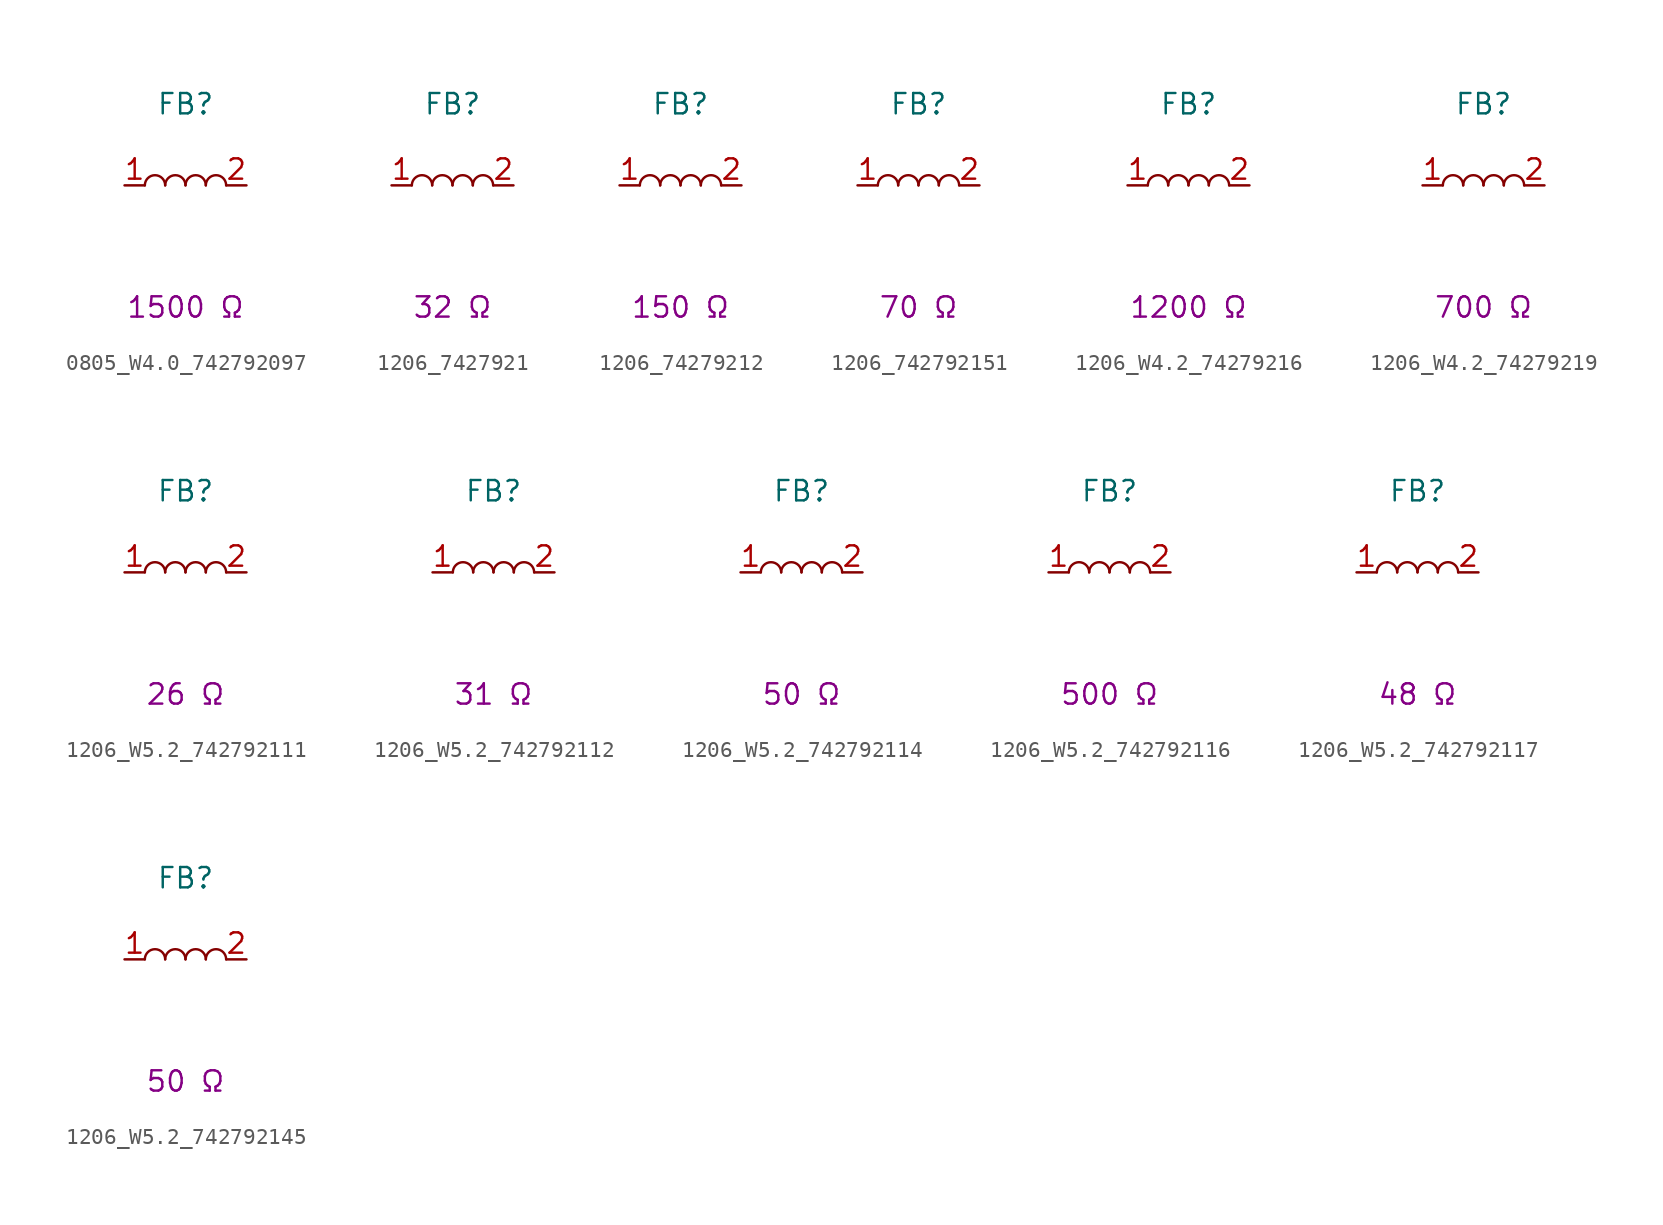
<source format=kicad_sym>
(kicad_symbol_lib
  (version 20220914)
  (generator kicad_symbol_editor)
  (symbol "0805_W4.0_742792097"
    (pin_names hide)
    (property "Reference" "FB"
      (at 0 5.08 0)
      (effects (font (size 1.27 1.27))))
    (property "Critical Parameter" "1500 Ω"
      (at 0 -7.62 0)
      (effects (font (size 1.27 1.27))))
    (symbol "0805_W4.0_742792097_0_1"
      (arc (start -1.27 0) (mid -1.905 0.6323) (end -2.54 0) (stroke (width 0) (type default)) (fill (type none)))
      (arc (start 0 0) (mid -0.635 0.6323) (end -1.27 0) (stroke (width 0) (type default)) (fill (type none)))
      (arc (start 1.27 0) (mid 0.635 0.6323) (end 0 0) (stroke (width 0) (type default)) (fill (type none)))
      (arc (start 2.54 0) (mid 1.905 0.6323) (end 1.27 0) (stroke (width 0) (type default)) (fill (type none))))
    (symbol "0805_W4.0_742792097_1_1"
      (pin passive line (at -3.81 0 0) (length 1.27) (name "1" (effects (font (size 1.27 1.27)))) (number "1" (effects (font (size 1.27 1.27)))))
      (pin passive line (at 3.81 0 180) (length 1.27) (name "2" (effects (font (size 1.27 1.27)))) (number "2" (effects (font (size 1.27 1.27)))))))
  (symbol "1206_7427921"
    (pin_names hide)
    (property "Reference" "FB"
      (at 0 5.08 0)
      (effects (font (size 1.27 1.27))))
    (property "Critical Parameter" "32 Ω"
      (at 0 -7.62 0)
      (effects (font (size 1.27 1.27))))
    (symbol "1206_7427921_0_1"
      (arc (start -1.27 0) (mid -1.905 0.6323) (end -2.54 0) (stroke (width 0) (type default)) (fill (type none)))
      (arc (start 0 0) (mid -0.635 0.6323) (end -1.27 0) (stroke (width 0) (type default)) (fill (type none)))
      (arc (start 1.27 0) (mid 0.635 0.6323) (end 0 0) (stroke (width 0) (type default)) (fill (type none)))
      (arc (start 2.54 0) (mid 1.905 0.6323) (end 1.27 0) (stroke (width 0) (type default)) (fill (type none))))
    (symbol "1206_7427921_1_1"
      (pin passive line (at -3.81 0 0) (length 1.27) (name "1" (effects (font (size 1.27 1.27)))) (number "1" (effects (font (size 1.27 1.27)))))
      (pin passive line (at 3.81 0 180) (length 1.27) (name "2" (effects (font (size 1.27 1.27)))) (number "2" (effects (font (size 1.27 1.27)))))))
  (symbol "1206_74279212"
    (pin_names hide)
    (property "Reference" "FB"
      (at 0 5.08 0)
      (effects (font (size 1.27 1.27))))
    (property "Critical Parameter" "150 Ω"
      (at 0 -7.62 0)
      (effects (font (size 1.27 1.27))))
    (symbol "1206_74279212_0_1"
      (arc (start -1.27 0) (mid -1.905 0.6323) (end -2.54 0) (stroke (width 0) (type default)) (fill (type none)))
      (arc (start 0 0) (mid -0.635 0.6323) (end -1.27 0) (stroke (width 0) (type default)) (fill (type none)))
      (arc (start 1.27 0) (mid 0.635 0.6323) (end 0 0) (stroke (width 0) (type default)) (fill (type none)))
      (arc (start 2.54 0) (mid 1.905 0.6323) (end 1.27 0) (stroke (width 0) (type default)) (fill (type none))))
    (symbol "1206_74279212_1_1"
      (pin passive line (at -3.81 0 0) (length 1.27) (name "1" (effects (font (size 1.27 1.27)))) (number "1" (effects (font (size 1.27 1.27)))))
      (pin passive line (at 3.81 0 180) (length 1.27) (name "2" (effects (font (size 1.27 1.27)))) (number "2" (effects (font (size 1.27 1.27)))))))
  (symbol "1206_742792151"
    (pin_names hide)
    (property "Reference" "FB"
      (at 0 5.08 0)
      (effects (font (size 1.27 1.27))))
    (property "Critical Parameter" "70 Ω"
      (at 0 -7.62 0)
      (effects (font (size 1.27 1.27))))
    (symbol "1206_742792151_0_1"
      (arc (start -1.27 0) (mid -1.905 0.6323) (end -2.54 0) (stroke (width 0) (type default)) (fill (type none)))
      (arc (start 0 0) (mid -0.635 0.6323) (end -1.27 0) (stroke (width 0) (type default)) (fill (type none)))
      (arc (start 1.27 0) (mid 0.635 0.6323) (end 0 0) (stroke (width 0) (type default)) (fill (type none)))
      (arc (start 2.54 0) (mid 1.905 0.6323) (end 1.27 0) (stroke (width 0) (type default)) (fill (type none))))
    (symbol "1206_742792151_1_1"
      (pin passive line (at -3.81 0 0) (length 1.27) (name "1" (effects (font (size 1.27 1.27)))) (number "1" (effects (font (size 1.27 1.27)))))
      (pin passive line (at 3.81 0 180) (length 1.27) (name "2" (effects (font (size 1.27 1.27)))) (number "2" (effects (font (size 1.27 1.27)))))))
  (symbol "1206_W4.2_74279216"
    (pin_names hide)
    (property "Reference" "FB"
      (at 0 5.08 0)
      (effects (font (size 1.27 1.27))))
    (property "Critical Parameter" "1200 Ω"
      (at 0 -7.62 0)
      (effects (font (size 1.27 1.27))))
    (symbol "1206_W4.2_74279216_0_1"
      (arc (start -1.27 0) (mid -1.905 0.6323) (end -2.54 0) (stroke (width 0) (type default)) (fill (type none)))
      (arc (start 0 0) (mid -0.635 0.6323) (end -1.27 0) (stroke (width 0) (type default)) (fill (type none)))
      (arc (start 1.27 0) (mid 0.635 0.6323) (end 0 0) (stroke (width 0) (type default)) (fill (type none)))
      (arc (start 2.54 0) (mid 1.905 0.6323) (end 1.27 0) (stroke (width 0) (type default)) (fill (type none))))
    (symbol "1206_W4.2_74279216_1_1"
      (pin passive line (at -3.81 0 0) (length 1.27) (name "1" (effects (font (size 1.27 1.27)))) (number "1" (effects (font (size 1.27 1.27)))))
      (pin passive line (at 3.81 0 180) (length 1.27) (name "2" (effects (font (size 1.27 1.27)))) (number "2" (effects (font (size 1.27 1.27)))))))
  (symbol "1206_W4.2_74279219"
    (pin_names hide)
    (property "Reference" "FB"
      (at 0 5.08 0)
      (effects (font (size 1.27 1.27))))
    (property "Critical Parameter" "700 Ω"
      (at 0 -7.62 0)
      (effects (font (size 1.27 1.27))))
    (symbol "1206_W4.2_74279219_0_1"
      (arc (start -1.27 0) (mid -1.905 0.6323) (end -2.54 0) (stroke (width 0) (type default)) (fill (type none)))
      (arc (start 0 0) (mid -0.635 0.6323) (end -1.27 0) (stroke (width 0) (type default)) (fill (type none)))
      (arc (start 1.27 0) (mid 0.635 0.6323) (end 0 0) (stroke (width 0) (type default)) (fill (type none)))
      (arc (start 2.54 0) (mid 1.905 0.6323) (end 1.27 0) (stroke (width 0) (type default)) (fill (type none))))
    (symbol "1206_W4.2_74279219_1_1"
      (pin passive line (at -3.81 0 0) (length 1.27) (name "1" (effects (font (size 1.27 1.27)))) (number "1" (effects (font (size 1.27 1.27)))))
      (pin passive line (at 3.81 0 180) (length 1.27) (name "2" (effects (font (size 1.27 1.27)))) (number "2" (effects (font (size 1.27 1.27)))))))
  (symbol "1206_W5.2_742792111"
    (pin_names hide)
    (property "Reference" "FB"
      (at 0 5.08 0)
      (effects (font (size 1.27 1.27))))
    (property "Critical Parameter" "26 Ω"
      (at 0 -7.62 0)
      (effects (font (size 1.27 1.27))))
    (symbol "1206_W5.2_742792111_0_1"
      (arc (start -1.27 0) (mid -1.905 0.6323) (end -2.54 0) (stroke (width 0) (type default)) (fill (type none)))
      (arc (start 0 0) (mid -0.635 0.6323) (end -1.27 0) (stroke (width 0) (type default)) (fill (type none)))
      (arc (start 1.27 0) (mid 0.635 0.6323) (end 0 0) (stroke (width 0) (type default)) (fill (type none)))
      (arc (start 2.54 0) (mid 1.905 0.6323) (end 1.27 0) (stroke (width 0) (type default)) (fill (type none))))
    (symbol "1206_W5.2_742792111_1_1"
      (pin passive line (at -3.81 0 0) (length 1.27) (name "1" (effects (font (size 1.27 1.27)))) (number "1" (effects (font (size 1.27 1.27)))))
      (pin passive line (at 3.81 0 180) (length 1.27) (name "2" (effects (font (size 1.27 1.27)))) (number "2" (effects (font (size 1.27 1.27)))))))
  (symbol "1206_W5.2_742792112"
    (pin_names hide)
    (property "Reference" "FB"
      (at 0 5.08 0)
      (effects (font (size 1.27 1.27))))
    (property "Critical Parameter" "31 Ω"
      (at 0 -7.62 0)
      (effects (font (size 1.27 1.27))))
    (symbol "1206_W5.2_742792112_0_1"
      (arc (start -1.27 0) (mid -1.905 0.6323) (end -2.54 0) (stroke (width 0) (type default)) (fill (type none)))
      (arc (start 0 0) (mid -0.635 0.6323) (end -1.27 0) (stroke (width 0) (type default)) (fill (type none)))
      (arc (start 1.27 0) (mid 0.635 0.6323) (end 0 0) (stroke (width 0) (type default)) (fill (type none)))
      (arc (start 2.54 0) (mid 1.905 0.6323) (end 1.27 0) (stroke (width 0) (type default)) (fill (type none))))
    (symbol "1206_W5.2_742792112_1_1"
      (pin passive line (at -3.81 0 0) (length 1.27) (name "1" (effects (font (size 1.27 1.27)))) (number "1" (effects (font (size 1.27 1.27)))))
      (pin passive line (at 3.81 0 180) (length 1.27) (name "2" (effects (font (size 1.27 1.27)))) (number "2" (effects (font (size 1.27 1.27)))))))
  (symbol "1206_W5.2_742792114"
    (pin_names hide)
    (property "Reference" "FB"
      (at 0 5.08 0)
      (effects (font (size 1.27 1.27))))
    (property "Critical Parameter" "50 Ω"
      (at 0 -7.62 0)
      (effects (font (size 1.27 1.27))))
    (symbol "1206_W5.2_742792114_0_1"
      (arc (start -1.27 0) (mid -1.905 0.6323) (end -2.54 0) (stroke (width 0) (type default)) (fill (type none)))
      (arc (start 0 0) (mid -0.635 0.6323) (end -1.27 0) (stroke (width 0) (type default)) (fill (type none)))
      (arc (start 1.27 0) (mid 0.635 0.6323) (end 0 0) (stroke (width 0) (type default)) (fill (type none)))
      (arc (start 2.54 0) (mid 1.905 0.6323) (end 1.27 0) (stroke (width 0) (type default)) (fill (type none))))
    (symbol "1206_W5.2_742792114_1_1"
      (pin passive line (at -3.81 0 0) (length 1.27) (name "1" (effects (font (size 1.27 1.27)))) (number "1" (effects (font (size 1.27 1.27)))))
      (pin passive line (at 3.81 0 180) (length 1.27) (name "2" (effects (font (size 1.27 1.27)))) (number "2" (effects (font (size 1.27 1.27)))))))
  (symbol "1206_W5.2_742792116"
    (pin_names hide)
    (property "Reference" "FB"
      (at 0 5.08 0)
      (effects (font (size 1.27 1.27))))
    (property "Critical Parameter" "500 Ω"
      (at 0 -7.62 0)
      (effects (font (size 1.27 1.27))))
    (symbol "1206_W5.2_742792116_0_1"
      (arc (start -1.27 0) (mid -1.905 0.6323) (end -2.54 0) (stroke (width 0) (type default)) (fill (type none)))
      (arc (start 0 0) (mid -0.635 0.6323) (end -1.27 0) (stroke (width 0) (type default)) (fill (type none)))
      (arc (start 1.27 0) (mid 0.635 0.6323) (end 0 0) (stroke (width 0) (type default)) (fill (type none)))
      (arc (start 2.54 0) (mid 1.905 0.6323) (end 1.27 0) (stroke (width 0) (type default)) (fill (type none))))
    (symbol "1206_W5.2_742792116_1_1"
      (pin passive line (at -3.81 0 0) (length 1.27) (name "1" (effects (font (size 1.27 1.27)))) (number "1" (effects (font (size 1.27 1.27)))))
      (pin passive line (at 3.81 0 180) (length 1.27) (name "2" (effects (font (size 1.27 1.27)))) (number "2" (effects (font (size 1.27 1.27)))))))
  (symbol "1206_W5.2_742792117"
    (pin_names hide)
    (property "Reference" "FB"
      (at 0 5.08 0)
      (effects (font (size 1.27 1.27))))
    (property "Critical Parameter" "48 Ω"
      (at 0 -7.62 0)
      (effects (font (size 1.27 1.27))))
    (symbol "1206_W5.2_742792117_0_1"
      (arc (start -1.27 0) (mid -1.905 0.6323) (end -2.54 0) (stroke (width 0) (type default)) (fill (type none)))
      (arc (start 0 0) (mid -0.635 0.6323) (end -1.27 0) (stroke (width 0) (type default)) (fill (type none)))
      (arc (start 1.27 0) (mid 0.635 0.6323) (end 0 0) (stroke (width 0) (type default)) (fill (type none)))
      (arc (start 2.54 0) (mid 1.905 0.6323) (end 1.27 0) (stroke (width 0) (type default)) (fill (type none))))
    (symbol "1206_W5.2_742792117_1_1"
      (pin passive line (at -3.81 0 0) (length 1.27) (name "1" (effects (font (size 1.27 1.27)))) (number "1" (effects (font (size 1.27 1.27)))))
      (pin passive line (at 3.81 0 180) (length 1.27) (name "2" (effects (font (size 1.27 1.27)))) (number "2" (effects (font (size 1.27 1.27)))))))
  (symbol "1206_W5.2_742792145"
    (pin_names hide)
    (property "Reference" "FB"
      (at 0 5.08 0)
      (effects (font (size 1.27 1.27))))
    (property "Critical Parameter" "50 Ω"
      (at 0 -7.62 0)
      (effects (font (size 1.27 1.27))))
    (symbol "1206_W5.2_742792145_0_1"
      (arc (start -1.27 0) (mid -1.905 0.6323) (end -2.54 0) (stroke (width 0) (type default)) (fill (type none)))
      (arc (start 0 0) (mid -0.635 0.6323) (end -1.27 0) (stroke (width 0) (type default)) (fill (type none)))
      (arc (start 1.27 0) (mid 0.635 0.6323) (end 0 0) (stroke (width 0) (type default)) (fill (type none)))
      (arc (start 2.54 0) (mid 1.905 0.6323) (end 1.27 0) (stroke (width 0) (type default)) (fill (type none))))
    (symbol "1206_W5.2_742792145_1_1"
      (pin passive line (at -3.81 0 0) (length 1.27) (name "1" (effects (font (size 1.27 1.27)))) (number "1" (effects (font (size 1.27 1.27)))))
      (pin passive line (at 3.81 0 180) (length 1.27) (name "2" (effects (font (size 1.27 1.27)))) (number "2" (effects (font (size 1.27 1.27))))))))
</source>
